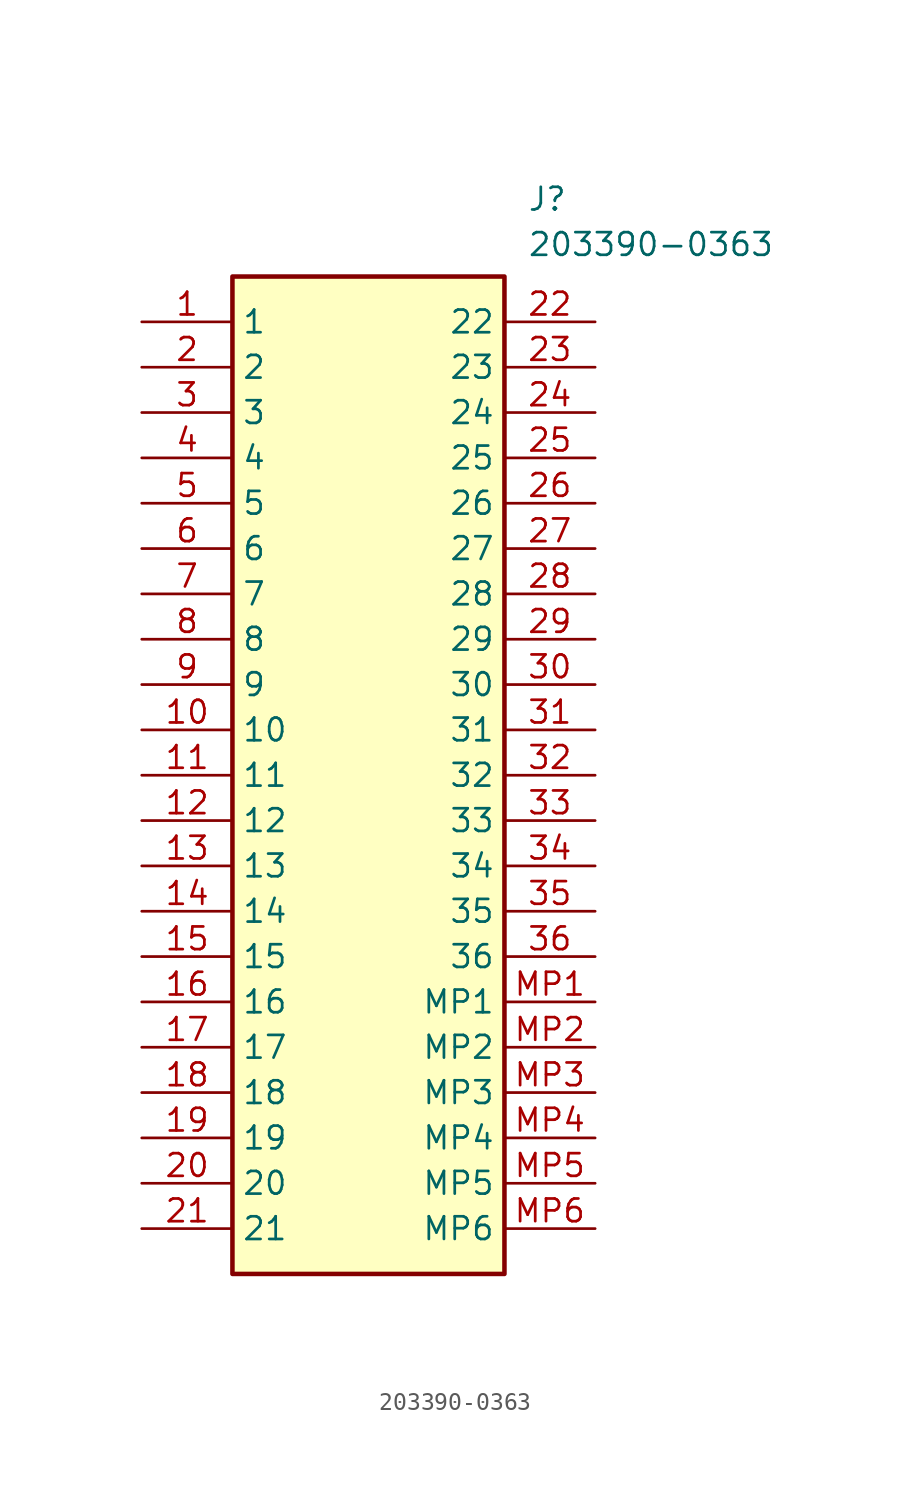
<source format=kicad_sym>
(kicad_symbol_lib
  (version 20211014)
  (generator SamacSys_ECAD_Model)
  (symbol "203390-0363"
    (property "Reference" "J"
      (at 21.59 7.62 0)
      (effects (font (size 1.27 1.27)) (justify left top)))
    (property "Value" "203390-0363"
      (at 21.59 5.08 0)
      (effects (font (size 1.27 1.27)) (justify left top)))
    (rectangle
      (start 5.08 2.54)
      (end 20.32 -53.34)
      (stroke (width 0.254) (type default))
      (fill (type background)))
    (pin passive line
      (at 0 0 0)
      (length 5.08)
      (name "1" (effects (font (size 1.27 1.27))))
      (number "1" (effects (font (size 1.27 1.27)))))
    (pin passive line
      (at 0 -2.54 0)
      (length 5.08)
      (name "2" (effects (font (size 1.27 1.27))))
      (number "2" (effects (font (size 1.27 1.27)))))
    (pin passive line
      (at 0 -5.08 0)
      (length 5.08)
      (name "3" (effects (font (size 1.27 1.27))))
      (number "3" (effects (font (size 1.27 1.27)))))
    (pin passive line
      (at 0 -7.62 0)
      (length 5.08)
      (name "4" (effects (font (size 1.27 1.27))))
      (number "4" (effects (font (size 1.27 1.27)))))
    (pin passive line
      (at 0 -10.16 0)
      (length 5.08)
      (name "5" (effects (font (size 1.27 1.27))))
      (number "5" (effects (font (size 1.27 1.27)))))
    (pin passive line
      (at 0 -12.7 0)
      (length 5.08)
      (name "6" (effects (font (size 1.27 1.27))))
      (number "6" (effects (font (size 1.27 1.27)))))
    (pin passive line
      (at 0 -15.24 0)
      (length 5.08)
      (name "7" (effects (font (size 1.27 1.27))))
      (number "7" (effects (font (size 1.27 1.27)))))
    (pin passive line
      (at 0 -17.78 0)
      (length 5.08)
      (name "8" (effects (font (size 1.27 1.27))))
      (number "8" (effects (font (size 1.27 1.27)))))
    (pin passive line
      (at 0 -20.32 0)
      (length 5.08)
      (name "9" (effects (font (size 1.27 1.27))))
      (number "9" (effects (font (size 1.27 1.27)))))
    (pin passive line
      (at 0 -22.86 0)
      (length 5.08)
      (name "10" (effects (font (size 1.27 1.27))))
      (number "10" (effects (font (size 1.27 1.27)))))
    (pin passive line
      (at 0 -25.4 0)
      (length 5.08)
      (name "11" (effects (font (size 1.27 1.27))))
      (number "11" (effects (font (size 1.27 1.27)))))
    (pin passive line
      (at 0 -27.94 0)
      (length 5.08)
      (name "12" (effects (font (size 1.27 1.27))))
      (number "12" (effects (font (size 1.27 1.27)))))
    (pin passive line
      (at 0 -30.48 0)
      (length 5.08)
      (name "13" (effects (font (size 1.27 1.27))))
      (number "13" (effects (font (size 1.27 1.27)))))
    (pin passive line
      (at 0 -33.02 0)
      (length 5.08)
      (name "14" (effects (font (size 1.27 1.27))))
      (number "14" (effects (font (size 1.27 1.27)))))
    (pin passive line
      (at 0 -35.56 0)
      (length 5.08)
      (name "15" (effects (font (size 1.27 1.27))))
      (number "15" (effects (font (size 1.27 1.27)))))
    (pin passive line
      (at 0 -38.1 0)
      (length 5.08)
      (name "16" (effects (font (size 1.27 1.27))))
      (number "16" (effects (font (size 1.27 1.27)))))
    (pin passive line
      (at 0 -40.64 0)
      (length 5.08)
      (name "17" (effects (font (size 1.27 1.27))))
      (number "17" (effects (font (size 1.27 1.27)))))
    (pin passive line
      (at 0 -43.18 0)
      (length 5.08)
      (name "18" (effects (font (size 1.27 1.27))))
      (number "18" (effects (font (size 1.27 1.27)))))
    (pin passive line
      (at 0 -45.72 0)
      (length 5.08)
      (name "19" (effects (font (size 1.27 1.27))))
      (number "19" (effects (font (size 1.27 1.27)))))
    (pin passive line
      (at 0 -48.26 0)
      (length 5.08)
      (name "20" (effects (font (size 1.27 1.27))))
      (number "20" (effects (font (size 1.27 1.27)))))
    (pin passive line
      (at 0 -50.8 0)
      (length 5.08)
      (name "21" (effects (font (size 1.27 1.27))))
      (number "21" (effects (font (size 1.27 1.27)))))
    (pin passive line
      (at 25.4 0 180)
      (length 5.08)
      (name "22" (effects (font (size 1.27 1.27))))
      (number "22" (effects (font (size 1.27 1.27)))))
    (pin passive line
      (at 25.4 -2.54 180)
      (length 5.08)
      (name "23" (effects (font (size 1.27 1.27))))
      (number "23" (effects (font (size 1.27 1.27)))))
    (pin passive line
      (at 25.4 -5.08 180)
      (length 5.08)
      (name "24" (effects (font (size 1.27 1.27))))
      (number "24" (effects (font (size 1.27 1.27)))))
    (pin passive line
      (at 25.4 -7.62 180)
      (length 5.08)
      (name "25" (effects (font (size 1.27 1.27))))
      (number "25" (effects (font (size 1.27 1.27)))))
    (pin passive line
      (at 25.4 -10.16 180)
      (length 5.08)
      (name "26" (effects (font (size 1.27 1.27))))
      (number "26" (effects (font (size 1.27 1.27)))))
    (pin passive line
      (at 25.4 -12.7 180)
      (length 5.08)
      (name "27" (effects (font (size 1.27 1.27))))
      (number "27" (effects (font (size 1.27 1.27)))))
    (pin passive line
      (at 25.4 -15.24 180)
      (length 5.08)
      (name "28" (effects (font (size 1.27 1.27))))
      (number "28" (effects (font (size 1.27 1.27)))))
    (pin passive line
      (at 25.4 -17.78 180)
      (length 5.08)
      (name "29" (effects (font (size 1.27 1.27))))
      (number "29" (effects (font (size 1.27 1.27)))))
    (pin passive line
      (at 25.4 -20.32 180)
      (length 5.08)
      (name "30" (effects (font (size 1.27 1.27))))
      (number "30" (effects (font (size 1.27 1.27)))))
    (pin passive line
      (at 25.4 -22.86 180)
      (length 5.08)
      (name "31" (effects (font (size 1.27 1.27))))
      (number "31" (effects (font (size 1.27 1.27)))))
    (pin passive line
      (at 25.4 -25.4 180)
      (length 5.08)
      (name "32" (effects (font (size 1.27 1.27))))
      (number "32" (effects (font (size 1.27 1.27)))))
    (pin passive line
      (at 25.4 -27.94 180)
      (length 5.08)
      (name "33" (effects (font (size 1.27 1.27))))
      (number "33" (effects (font (size 1.27 1.27)))))
    (pin passive line
      (at 25.4 -30.48 180)
      (length 5.08)
      (name "34" (effects (font (size 1.27 1.27))))
      (number "34" (effects (font (size 1.27 1.27)))))
    (pin passive line
      (at 25.4 -33.02 180)
      (length 5.08)
      (name "35" (effects (font (size 1.27 1.27))))
      (number "35" (effects (font (size 1.27 1.27)))))
    (pin passive line
      (at 25.4 -35.56 180)
      (length 5.08)
      (name "36" (effects (font (size 1.27 1.27))))
      (number "36" (effects (font (size 1.27 1.27)))))
    (pin passive line
      (at 25.4 -38.1 180)
      (length 5.08)
      (name "MP1" (effects (font (size 1.27 1.27))))
      (number "MP1" (effects (font (size 1.27 1.27)))))
    (pin passive line
      (at 25.4 -40.64 180)
      (length 5.08)
      (name "MP2" (effects (font (size 1.27 1.27))))
      (number "MP2" (effects (font (size 1.27 1.27)))))
    (pin passive line
      (at 25.4 -43.18 180)
      (length 5.08)
      (name "MP3" (effects (font (size 1.27 1.27))))
      (number "MP3" (effects (font (size 1.27 1.27)))))
    (pin passive line
      (at 25.4 -45.72 180)
      (length 5.08)
      (name "MP4" (effects (font (size 1.27 1.27))))
      (number "MP4" (effects (font (size 1.27 1.27)))))
    (pin passive line
      (at 25.4 -48.26 180)
      (length 5.08)
      (name "MP5" (effects (font (size 1.27 1.27))))
      (number "MP5" (effects (font (size 1.27 1.27)))))
    (pin passive line
      (at 25.4 -50.8 180)
      (length 5.08)
      (name "MP6" (effects (font (size 1.27 1.27))))
      (number "MP6" (effects (font (size 1.27 1.27)))))))
</source>
